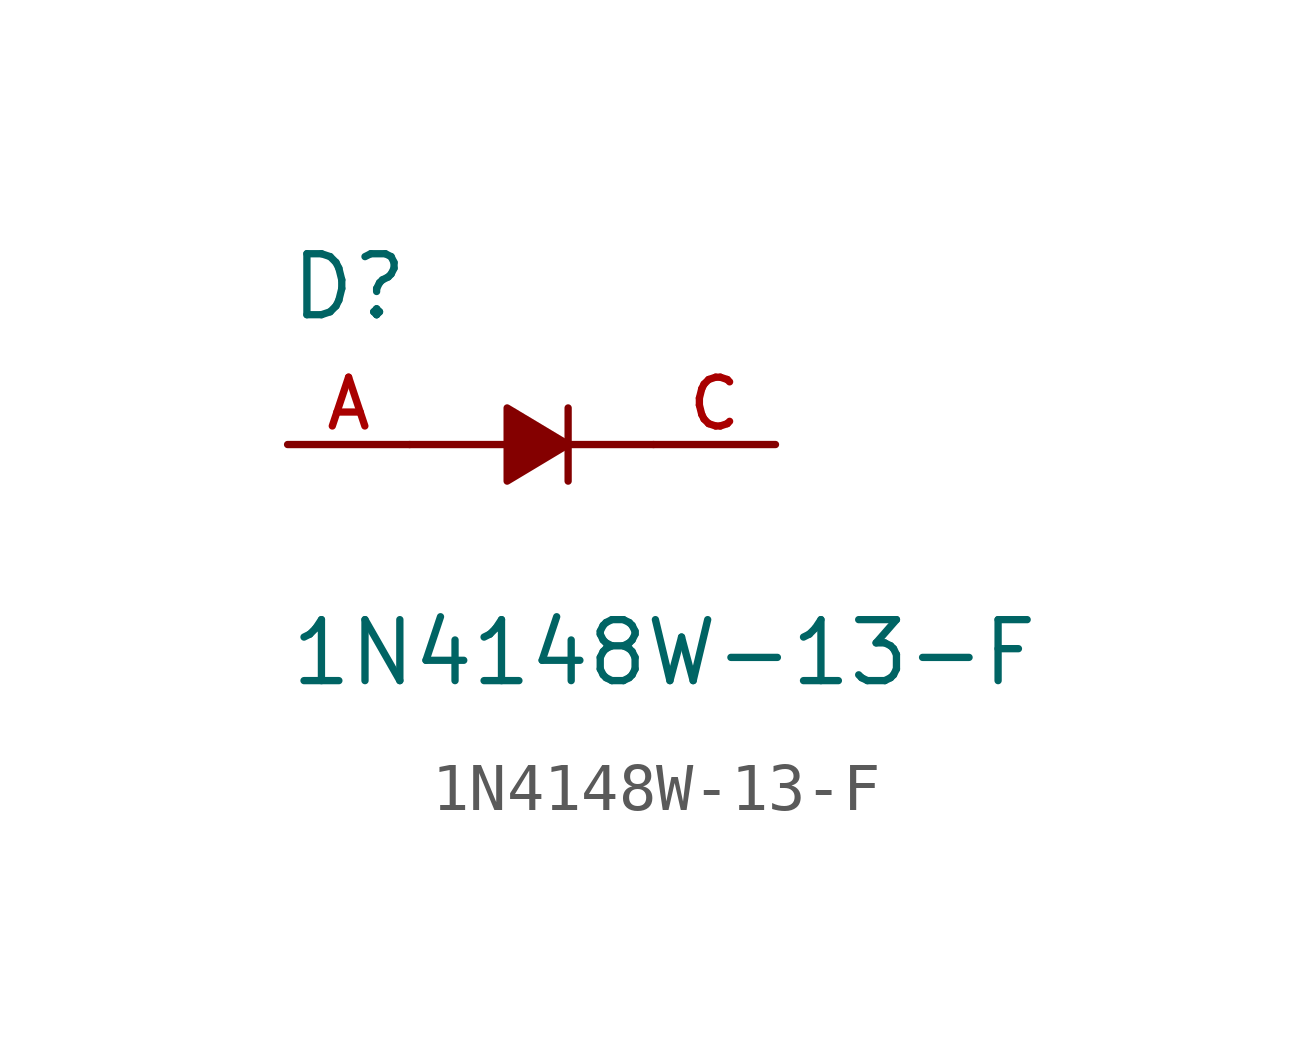
<source format=kicad_sym>
(kicad_symbol_lib
  (version 20211014)
  (generator kicad_symbol_editor)
  (symbol "1N4148W-13-F"
    (pin_names
      (offset 1.016))
    (property "Reference" "D"
      (at -5.08 2.54 0)
      (effects (font (size 1.27 1.27)) (justify bottom left)))
    (property "Value" "1N4148W-13-F"
      (at -5.08 -5.08 0)
      (effects (font (size 1.27 1.27)) (justify bottom left)))
    (symbol "1N4148W-13-F_0_0"
      (polyline (pts (xy 0.762 0.0) (xy -0.508 -0.762) (xy -0.508 0.762) (xy 0.762 0.0)) (stroke (width 0.152)) (fill (type outline)))
      (polyline (pts (xy -0.508 0.0) (xy -2.54 0.0)) (stroke (width 0.152)))
      (polyline (pts (xy 0.762 0.0) (xy 2.54 0.0)) (stroke (width 0.152)))
      (polyline (pts (xy 0.762 -0.762) (xy 0.762 0.762)) (stroke (width 0.152)))
      (pin passive line (at 5.08 0.0 180.0) (length 2.54) (name "~" (effects (font (size 1.016 1.016)))) (number "C" (effects (font (size 1.016 1.016)))))
      (pin passive line (at -5.08 0.0 0) (length 2.54) (name "~" (effects (font (size 1.016 1.016)))) (number "A" (effects (font (size 1.016 1.016))))))))
</source>
